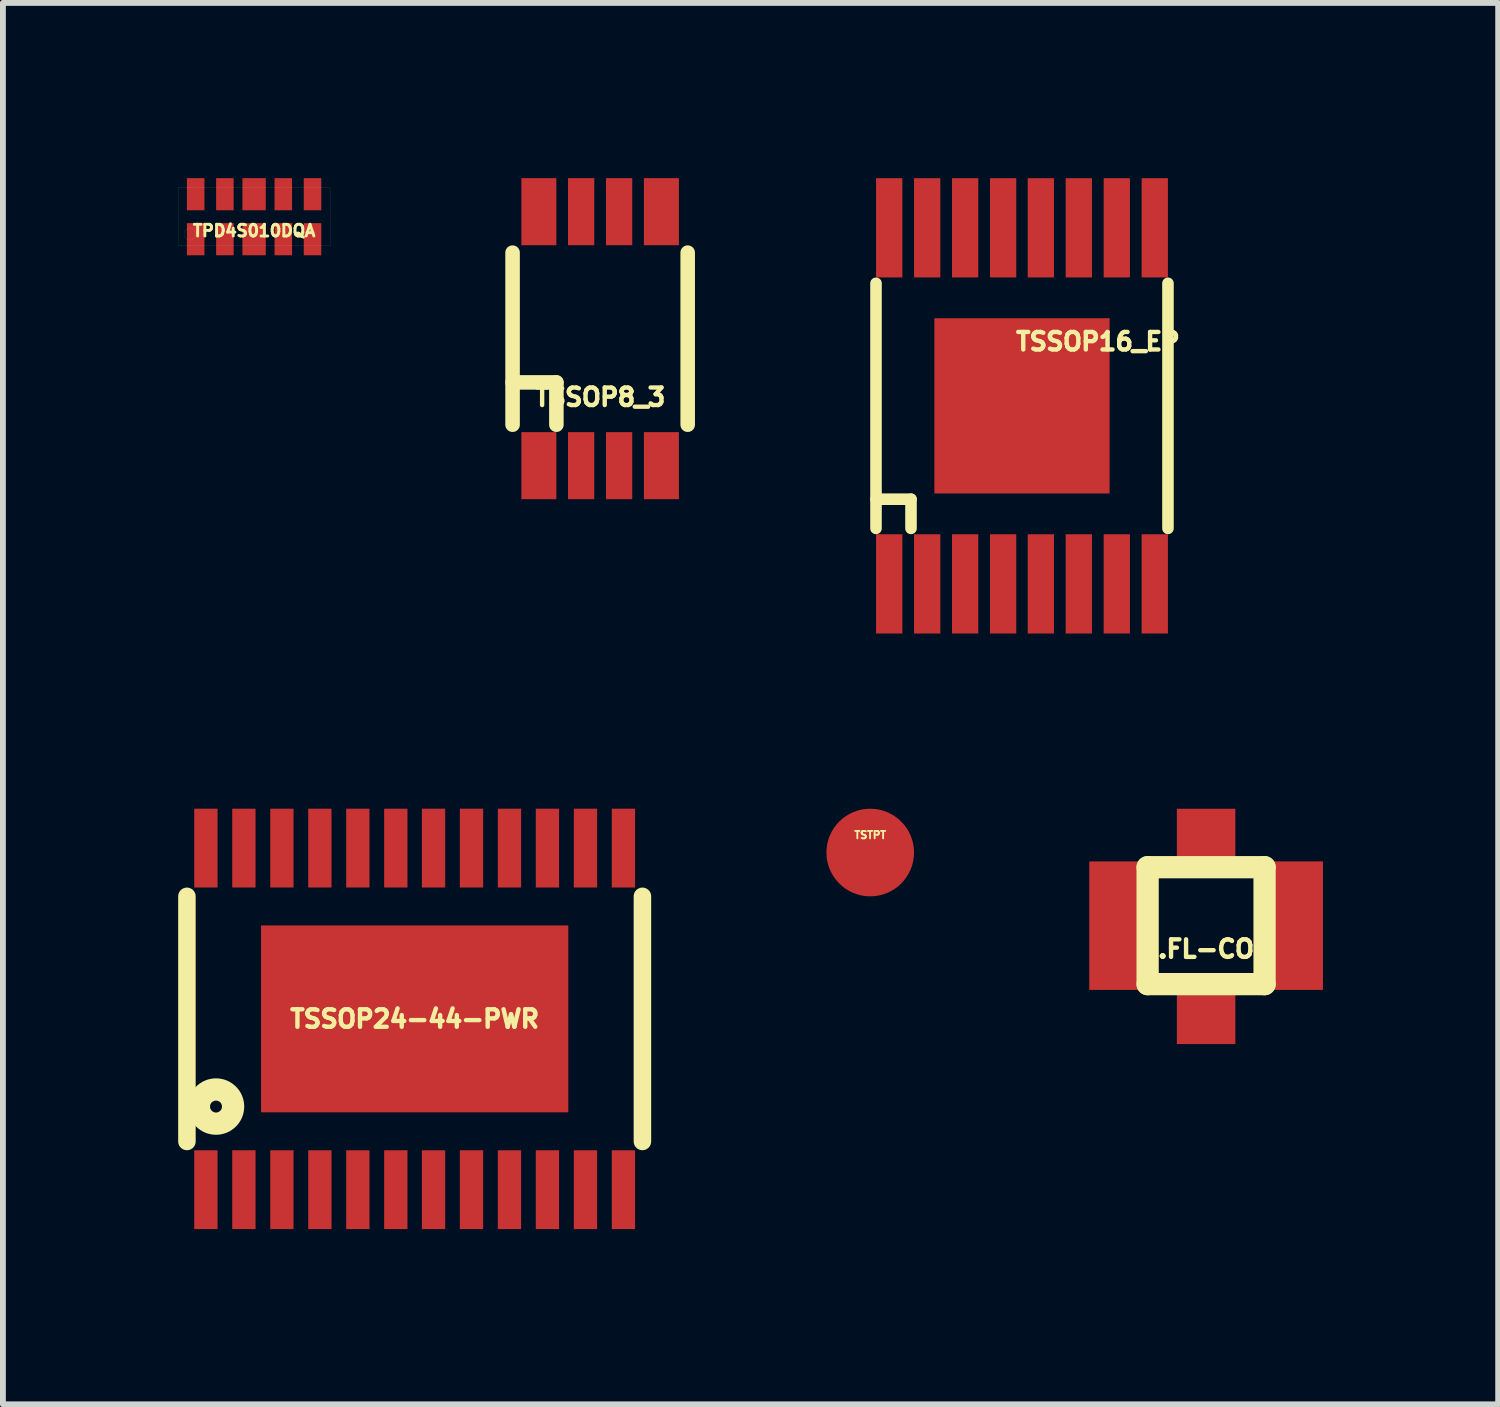
<source format=kicad_pcb>
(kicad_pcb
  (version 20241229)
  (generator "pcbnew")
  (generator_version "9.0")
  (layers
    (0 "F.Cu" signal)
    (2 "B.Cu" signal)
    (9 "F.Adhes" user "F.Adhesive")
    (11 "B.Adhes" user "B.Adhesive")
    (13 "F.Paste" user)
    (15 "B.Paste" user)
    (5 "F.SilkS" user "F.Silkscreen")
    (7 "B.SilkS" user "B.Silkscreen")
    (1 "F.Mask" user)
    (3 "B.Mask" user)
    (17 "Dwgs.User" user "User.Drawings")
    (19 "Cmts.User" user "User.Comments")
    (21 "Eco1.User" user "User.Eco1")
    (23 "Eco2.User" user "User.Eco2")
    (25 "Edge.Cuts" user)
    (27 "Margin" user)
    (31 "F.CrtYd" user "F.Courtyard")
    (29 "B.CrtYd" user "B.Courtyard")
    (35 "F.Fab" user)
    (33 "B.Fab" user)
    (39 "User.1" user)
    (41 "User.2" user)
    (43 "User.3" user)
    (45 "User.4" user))
  (footprint "TSSOP16_EP"
    (layer "F.Cu")
    (at 14.446 3.898)
    (property "Reference" "TSSOP16_EP" (at 1.3 -1.1 0) (layer "F.SilkS") (effects (font (size 0.3 0.3) (thickness 0.076))))
    (attr through_hole)
    (fp_line (start -2.499 -2.098) (end -2.499 2.098) (stroke (width 0.198) (type solid)) (layer "F.SilkS"))
    (fp_line (start -2.499 1.598) (end -1.9 1.598) (stroke (width 0.198) (type solid)) (layer "F.SilkS"))
    (fp_line (start -1.9 1.598) (end -1.9 2.098) (stroke (width 0.198) (type solid)) (layer "F.SilkS"))
    (fp_line (start 2.499 -2.098) (end 2.499 2.098) (stroke (width 0.198) (type solid)) (layer "F.SilkS"))
    (pad "1" smd rect (at -2.273 3.048 180) (size 0.45 1.699) (layers "F.Cu" "F.Mask" "F.Paste"))
    (pad "2" smd rect (at -1.623 3.048 180) (size 0.45 1.699) (layers "F.Cu" "F.Mask" "F.Paste"))
    (pad "3" smd rect (at -0.973 3.048 180) (size 0.45 1.699) (layers "F.Cu" "F.Mask" "F.Paste"))
    (pad "4" smd rect (at -0.323 3.048 180) (size 0.45 1.699) (layers "F.Cu" "F.Mask" "F.Paste"))
    (pad "5" smd rect (at 0.323 3.048 180) (size 0.45 1.699) (layers "F.Cu" "F.Mask" "F.Paste"))
    (pad "6" smd rect (at 0.973 3.048 180) (size 0.45 1.699) (layers "F.Cu" "F.Mask" "F.Paste"))
    (pad "7" smd rect (at 1.623 3.048 180) (size 0.45 1.699) (layers "F.Cu" "F.Mask" "F.Paste"))
    (pad "8" smd rect (at 2.273 3.048 180) (size 0.45 1.699) (layers "F.Cu" "F.Mask" "F.Paste"))
    (pad "9" smd rect (at 2.273 -3.048) (size 0.45 1.699) (layers "F.Cu" "F.Mask" "F.Paste"))
    (pad "10" smd rect (at 1.623 -3.048) (size 0.45 1.699) (layers "F.Cu" "F.Mask" "F.Paste"))
    (pad "11" smd rect (at 0.973 -3.048) (size 0.45 1.699) (layers "F.Cu" "F.Mask" "F.Paste"))
    (pad "12" smd rect (at 0.323 -3.048) (size 0.45 1.699) (layers "F.Cu" "F.Mask" "F.Paste"))
    (pad "13" smd rect (at -0.323 -3.048) (size 0.45 1.699) (layers "F.Cu" "F.Mask" "F.Paste"))
    (pad "14" smd rect (at -0.973 -3.048) (size 0.45 1.699) (layers "F.Cu" "F.Mask" "F.Paste"))
    (pad "15" smd rect (at -1.623 -3.048) (size 0.45 1.699) (layers "F.Cu" "F.Mask" "F.Paste"))
    (pad "16" smd rect (at -2.273 -3.048) (size 0.45 1.699) (layers "F.Cu" "F.Mask" "F.Paste"))
    (pad "EP" smd rect (at 0 0) (size 3 3) (layers "F.Cu" "F.Mask" "F.Paste")))
  (footprint "U.FL-CON"
    (layer "F.Cu")
    (at 17.598 12.797)
    (property "Reference" "U.FL-CON" (at 0 0.399 0) (layer "F.SilkS") (effects (font (size 0.3 0.3) (thickness 0.076))))
    (attr through_hole)
    (fp_line (start -1.001 -1.001) (end 1.001 -1.001) (stroke (width 0.381) (type solid)) (layer "F.SilkS"))
    (fp_line (start -1.001 1.001) (end -1.001 -1.001) (stroke (width 0.381) (type solid)) (layer "F.SilkS"))
    (fp_line (start 1.001 -1.001) (end 1.001 1.001) (stroke (width 0.381) (type solid)) (layer "F.SilkS"))
    (fp_line (start 1.001 1.001) (end -1.001 1.001) (stroke (width 0.381) (type solid)) (layer "F.SilkS"))
    (pad "1" smd rect (at 0 1.501) (size 1.001 1.052) (layers "F.Cu" "F.Mask" "F.Paste"))
    (pad "2" smd rect (at -1.45 0) (size 1.1 2.2) (layers "F.Cu" "F.Mask" "F.Paste"))
    (pad "2" smd rect (at 0 -1.501) (size 1.001 1.001) (layers "F.Cu" "F.Mask" "F.Paste"))
    (pad "2" smd rect (at 1.45 0) (size 1.1 2.2) (layers "F.Cu" "F.Mask" "F.Paste")))
  (footprint "TSSOP24-44-PWR"
    (layer "F.Cu")
    (at 4.049 14.393)
    (property "Reference" "TSSOP24-44-PWR" (at 0 0 0) (layer "F.SilkS") (effects (font (size 0.3 0.3) (thickness 0.076))))
    (attr smd)
    (fp_line (start -3.899 -2.098) (end -3.899 2.098) (stroke (width 0.3) (type solid)) (layer "F.SilkS"))
    (fp_line (start 3.899 -2.098) (end 3.899 2.098) (stroke (width 0.3) (type solid)) (layer "F.SilkS"))
    (fp_circle (center -3.401 1.501) (end -3.299 1.501) (stroke (width 0.381) (type solid)) (fill no) (layer "F.SilkS"))
    (pad "1" smd rect (at -3.574 2.924 180) (size 0.399 1.349) (layers "F.Cu" "F.Mask" "F.Paste"))
    (pad "1" smd rect (at 0 0) (size 5.26 3.2) (layers "F.Cu" "F.Mask" "F.Paste"))
    (pad "2" smd rect (at -2.924 2.924 180) (size 0.399 1.349) (layers "F.Cu" "F.Mask" "F.Paste"))
    (pad "3" smd rect (at -2.273 2.924 180) (size 0.399 1.349) (layers "F.Cu" "F.Mask" "F.Paste"))
    (pad "4" smd rect (at -1.623 2.924 180) (size 0.399 1.349) (layers "F.Cu" "F.Mask" "F.Paste"))
    (pad "5" smd rect (at -0.973 2.924 180) (size 0.399 1.349) (layers "F.Cu" "F.Mask" "F.Paste"))
    (pad "6" smd rect (at -0.323 2.924 180) (size 0.399 1.349) (layers "F.Cu" "F.Mask" "F.Paste"))
    (pad "7" smd rect (at 0.323 2.924 180) (size 0.399 1.349) (layers "F.Cu" "F.Mask" "F.Paste"))
    (pad "8" smd rect (at 0.973 2.924 180) (size 0.399 1.349) (layers "F.Cu" "F.Mask" "F.Paste"))
    (pad "9" smd rect (at 1.623 2.924 180) (size 0.399 1.349) (layers "F.Cu" "F.Mask" "F.Paste"))
    (pad "10" smd rect (at 2.273 2.924 180) (size 0.399 1.349) (layers "F.Cu" "F.Mask" "F.Paste"))
    (pad "11" smd rect (at 2.924 2.924 180) (size 0.399 1.349) (layers "F.Cu" "F.Mask" "F.Paste"))
    (pad "12" smd rect (at 3.574 2.924 180) (size 0.399 1.349) (layers "F.Cu" "F.Mask" "F.Paste"))
    (pad "13" smd rect (at 3.574 -2.924) (size 0.399 1.349) (layers "F.Cu" "F.Mask" "F.Paste"))
    (pad "14" smd rect (at 2.924 -2.924) (size 0.399 1.349) (layers "F.Cu" "F.Mask" "F.Paste"))
    (pad "15" smd rect (at 2.273 -2.924) (size 0.399 1.349) (layers "F.Cu" "F.Mask" "F.Paste"))
    (pad "16" smd rect (at 1.623 -2.924) (size 0.399 1.349) (layers "F.Cu" "F.Mask" "F.Paste"))
    (pad "17" smd rect (at 0.973 -2.924) (size 0.399 1.349) (layers "F.Cu" "F.Mask" "F.Paste"))
    (pad "18" smd rect (at 0.323 -2.924) (size 0.399 1.349) (layers "F.Cu" "F.Mask" "F.Paste"))
    (pad "19" smd rect (at -0.323 -2.924) (size 0.399 1.349) (layers "F.Cu" "F.Mask" "F.Paste"))
    (pad "20" smd rect (at -0.973 -2.924) (size 0.399 1.349) (layers "F.Cu" "F.Mask" "F.Paste"))
    (pad "21" smd rect (at -1.623 -2.924) (size 0.399 1.349) (layers "F.Cu" "F.Mask" "F.Paste"))
    (pad "22" smd rect (at -2.273 -2.924) (size 0.399 1.349) (layers "F.Cu" "F.Mask" "F.Paste"))
    (pad "23" smd rect (at -2.924 -2.924) (size 0.399 1.349) (layers "F.Cu" "F.Mask" "F.Paste"))
    (pad "24" smd rect (at -3.574 -2.924) (size 0.399 1.349) (layers "F.Cu" "F.Mask" "F.Paste")))
  (footprint "TSTPT"
    (layer "F.Cu")
    (at 11.848 11.545)
    (property "Reference" "TSTPT" (at 0 -0.3 0) (layer "F.SilkS") (effects (font (size 0.127 0.127) (thickness 0.032))))
    (attr smd)
    (pad "1" smd circle (at 0 0) (size 1.5 1.5) (layers "F.Cu" "F.Mask" "F.Paste")))
  (footprint "TSSOP8_3"
    (layer "F.Cu")
    (at 7.224 2.748)
    (property "Reference" "TSSOP8_3" (at 0 1.001 0) (layer "F.SilkS") (effects (font (size 0.3 0.3) (thickness 0.076))))
    (attr through_hole)
    (fp_line (start -1.499 -1.473) (end -1.499 1.473) (stroke (width 0.249) (type solid)) (layer "F.SilkS"))
    (fp_line (start -1.499 0.749) (end -0.749 0.749) (stroke (width 0.249) (type solid)) (layer "F.SilkS"))
    (fp_line (start -0.749 0.749) (end -0.749 1.473) (stroke (width 0.249) (type solid)) (layer "F.SilkS"))
    (fp_line (start 1.499 -1.473) (end 1.499 1.473) (stroke (width 0.249) (type solid)) (layer "F.SilkS"))
    (pad "1" smd rect (at -1.049 2.174 180) (size 0.599 1.148) (layers "F.Cu" "F.Mask" "F.Paste"))
    (pad "2" smd rect (at -0.325 2.174 180) (size 0.45 1.148) (layers "F.Cu" "F.Mask" "F.Paste"))
    (pad "3" smd rect (at 0.325 2.174 180) (size 0.45 1.148) (layers "F.Cu" "F.Mask" "F.Paste"))
    (pad "4" smd rect (at 1.049 2.174 180) (size 0.599 1.148) (layers "F.Cu" "F.Mask" "F.Paste"))
    (pad "5" smd rect (at 1.049 -2.174) (size 0.599 1.148) (layers "F.Cu" "F.Mask" "F.Paste"))
    (pad "6" smd rect (at 0.325 -2.174) (size 0.45 1.148) (layers "F.Cu" "F.Mask" "F.Paste"))
    (pad "7" smd rect (at -0.325 -2.174) (size 0.45 1.148) (layers "F.Cu" "F.Mask" "F.Paste"))
    (pad "8" smd rect (at -1.049 -2.174) (size 0.599 1.148) (layers "F.Cu" "F.Mask" "F.Paste")))
  (footprint "TPD4S010DQA"
    (layer "F.Cu")
    (at 1.3 0.66)
    (property "Reference" "TPD4S010DQA" (at 0 0.24 0) (layer "F.SilkS") (effects (font (size 0.2 0.2) (thickness 0.05))))
    (attr smd)
    (fp_line (start -1.3 -0.5) (end -1.3 0.5) (stroke (width 0.001) (type solid)) (layer "F.SilkS"))
    (fp_line (start -1.3 0.5) (end 1.3 0.5) (stroke (width 0.001) (type solid)) (layer "F.SilkS"))
    (fp_line (start 1.3 -0.5) (end -1.3 -0.5) (stroke (width 0.001) (type solid)) (layer "F.SilkS"))
    (fp_line (start 1.3 0.5) (end 1.3 -0.5) (stroke (width 0.001) (type solid)) (layer "F.SilkS"))
    (fp_circle (center -1.1 0.3) (end -1 0.3) (stroke (width 0.001) (type solid)) (fill no) (layer "F.SilkS"))
    (pad "1" smd rect (at -1 0.385) (size 0.3 0.55) (layers "F.Cu" "F.Mask" "F.Paste"))
    (pad "2" smd rect (at -0.5 0.385) (size 0.3 0.55) (layers "F.Cu" "F.Mask" "F.Paste"))
    (pad "3" smd rect (at 0 0.385) (size 0.4 0.55) (layers "F.Cu" "F.Mask" "F.Paste"))
    (pad "4" smd rect (at 0.5 0.385) (size 0.3 0.55) (layers "F.Cu" "F.Mask" "F.Paste"))
    (pad "5" smd rect (at 1 0.385) (size 0.3 0.55) (layers "F.Cu" "F.Mask" "F.Paste"))
    (pad "6" smd rect (at 1 -0.385) (size 0.3 0.55) (layers "F.Cu" "F.Mask" "F.Paste"))
    (pad "7" smd rect (at 0.5 -0.385) (size 0.3 0.55) (layers "F.Cu" "F.Mask" "F.Paste"))
    (pad "8" smd rect (at 0 -0.385) (size 0.4 0.55) (layers "F.Cu" "F.Mask" "F.Paste"))
    (pad "9" smd rect (at -0.5 -0.385) (size 0.3 0.55) (layers "F.Cu" "F.Mask" "F.Paste"))
    (pad "10" smd rect (at -1 -0.385) (size 0.3 0.55) (layers "F.Cu" "F.Mask" "F.Paste")))
  (gr_rect
    (start -3 -3)
    (end 22.598 20.991)
    (stroke (width 0.1) (type default))
    (fill no)
    (layer "Edge.Cuts")))
</source>
